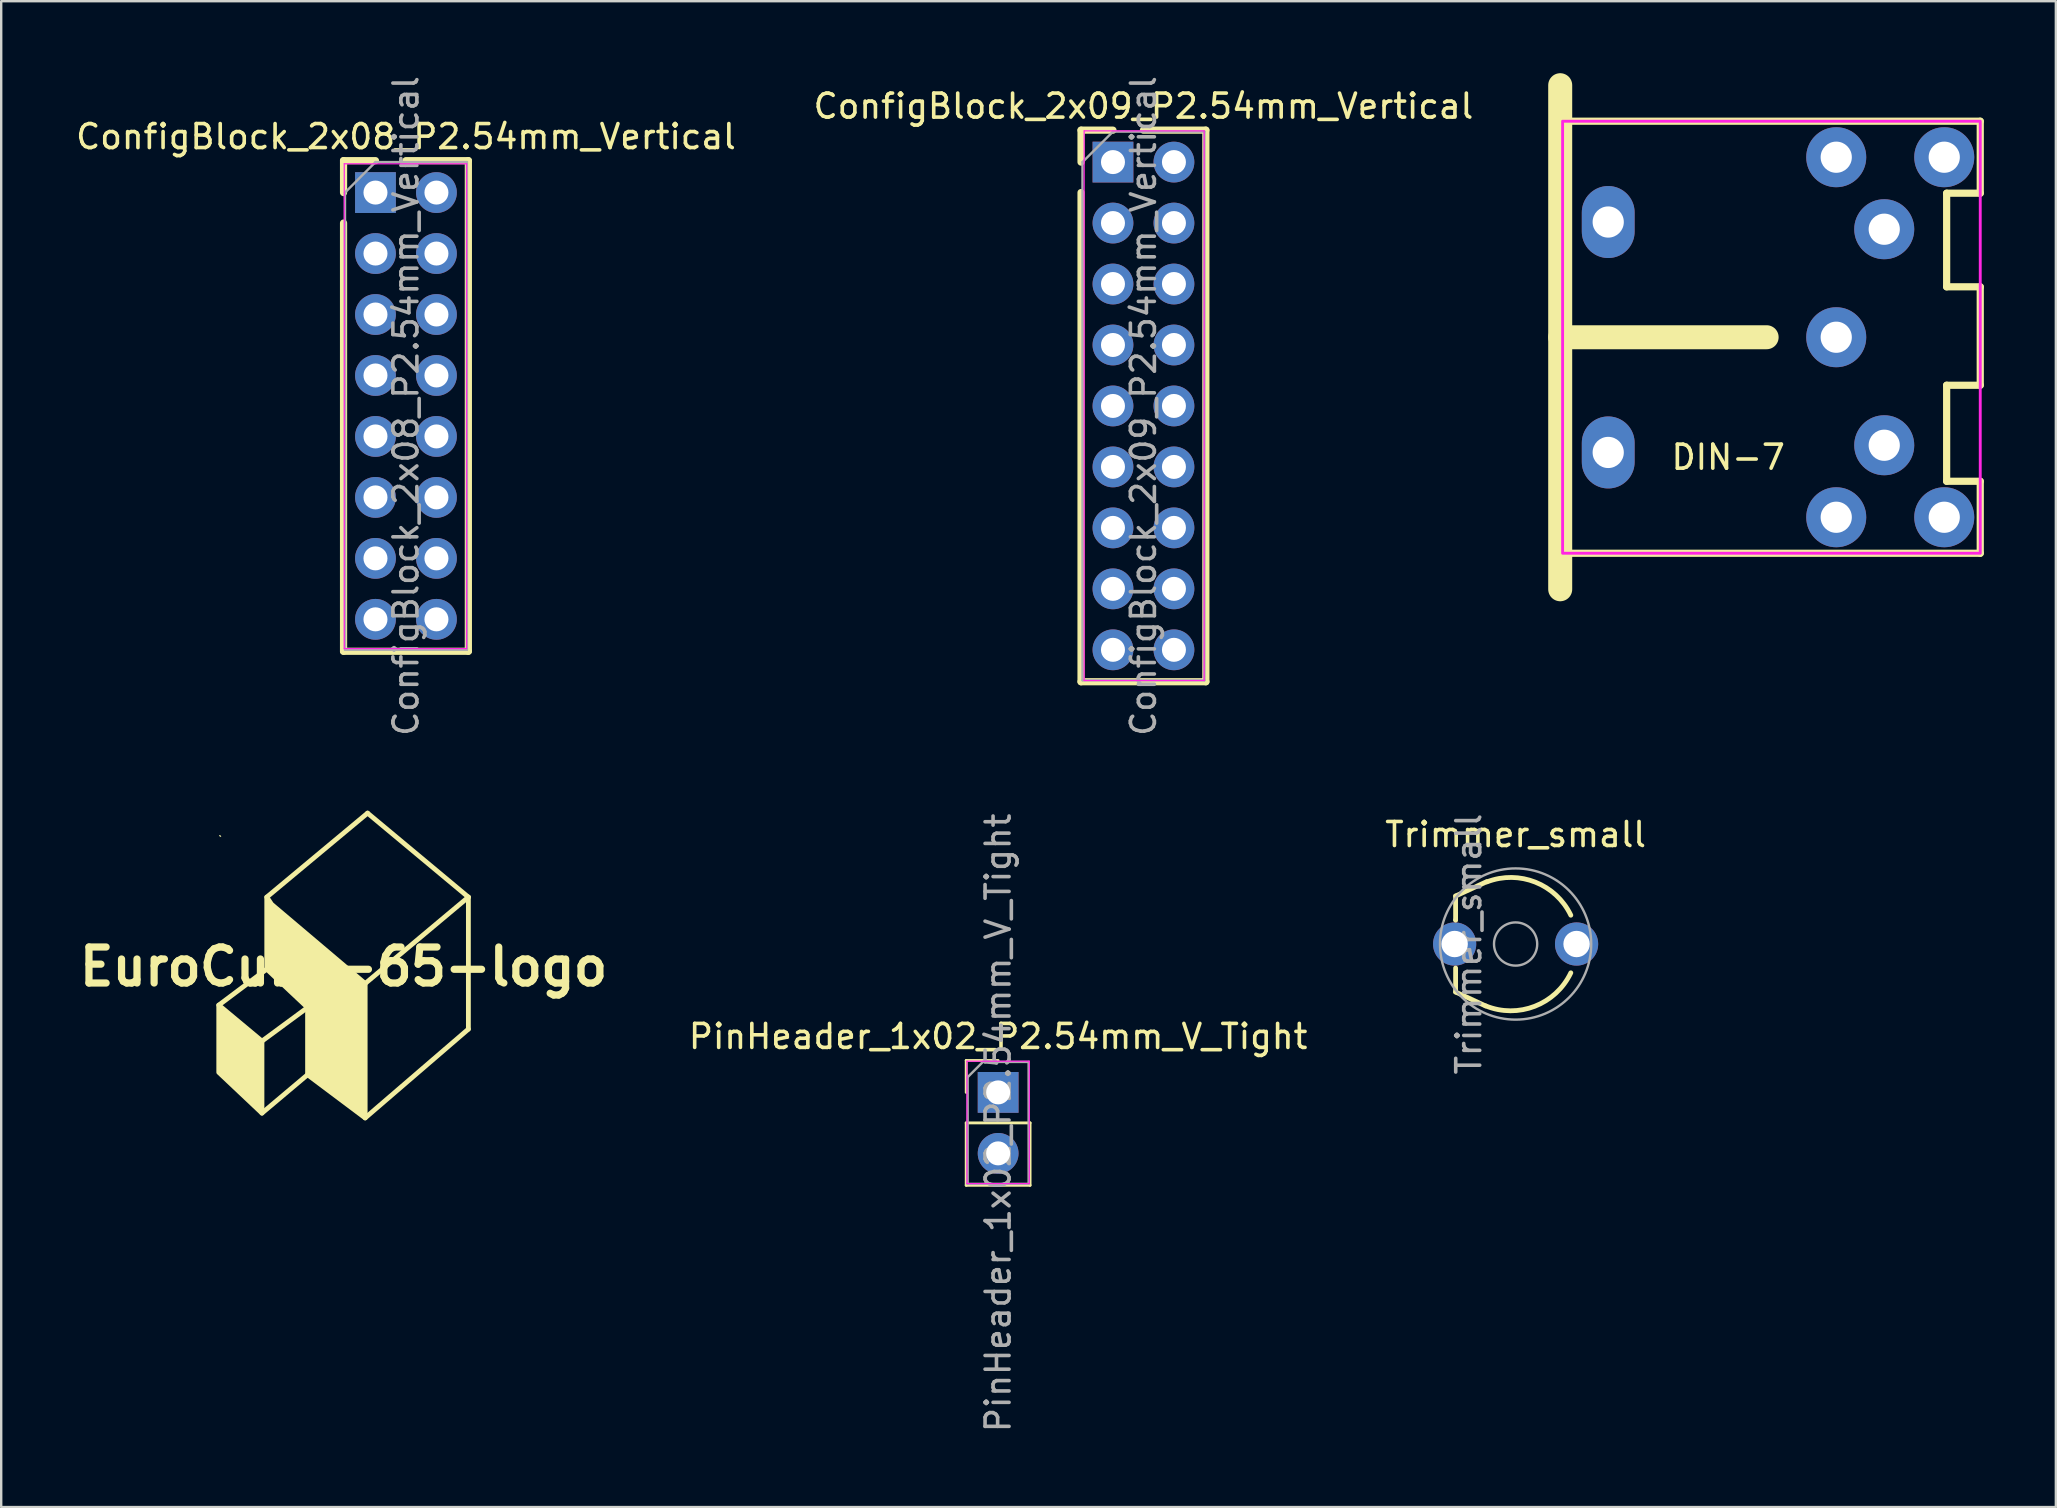
<source format=kicad_pcb>
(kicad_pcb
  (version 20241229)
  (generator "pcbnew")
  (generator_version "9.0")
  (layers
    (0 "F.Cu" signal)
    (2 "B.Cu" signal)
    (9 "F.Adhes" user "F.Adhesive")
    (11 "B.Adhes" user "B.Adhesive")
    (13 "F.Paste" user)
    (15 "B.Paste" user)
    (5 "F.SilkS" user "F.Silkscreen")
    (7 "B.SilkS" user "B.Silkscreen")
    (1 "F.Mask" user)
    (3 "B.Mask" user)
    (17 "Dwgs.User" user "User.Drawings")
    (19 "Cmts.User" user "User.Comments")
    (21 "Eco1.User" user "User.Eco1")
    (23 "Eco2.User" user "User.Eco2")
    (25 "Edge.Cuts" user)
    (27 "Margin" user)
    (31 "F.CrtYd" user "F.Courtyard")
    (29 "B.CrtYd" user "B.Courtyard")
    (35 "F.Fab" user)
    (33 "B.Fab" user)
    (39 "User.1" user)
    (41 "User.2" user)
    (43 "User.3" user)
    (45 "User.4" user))
  (footprint "PinHeader_1x02_P2.54mm_V_Tight"
    (layer "F.Cu")
    (at 38.535 42.462)
    (property "Reference" "PinHeader_1x02_P2.54mm_V_Tight" (at 0 -2.33 0) (layer "F.SilkS") (effects (font (size 1 1) (thickness 0.15))))
    (attr through_hole)
    (fp_line (start -1.33 -1.33) (end 0 -1.33) (stroke (width 0.12) (type solid)) (layer "F.SilkS"))
    (fp_line (start -1.33 0) (end -1.33 -1.33) (stroke (width 0.12) (type solid)) (layer "F.SilkS"))
    (fp_line (start -1.33 1.27) (end -1.33 3.87) (stroke (width 0.12) (type solid)) (layer "F.SilkS"))
    (fp_line (start -1.33 1.27) (end 1.33 1.27) (stroke (width 0.12) (type solid)) (layer "F.SilkS"))
    (fp_line (start -1.33 3.87) (end 1.33 3.87) (stroke (width 0.12) (type solid)) (layer "F.SilkS"))
    (fp_line (start 1.33 1.27) (end 1.33 3.87) (stroke (width 0.12) (type solid)) (layer "F.SilkS"))
    (fp_line (start -1.3 -1.3) (end -1.3 3.8) (stroke (width 0.05) (type solid)) (layer "F.CrtYd"))
    (fp_line (start -1.3 3.8) (end 1.3 3.8) (stroke (width 0.05) (type solid)) (layer "F.CrtYd"))
    (fp_line (start 1.3 -1.3) (end -1.3 -1.3) (stroke (width 0.05) (type solid)) (layer "F.CrtYd"))
    (fp_line (start 1.3 3.8) (end 1.3 -1.3) (stroke (width 0.05) (type solid)) (layer "F.CrtYd"))
    (fp_line (start -1.27 -0.635) (end -0.635 -1.27) (stroke (width 0.1) (type solid)) (layer "F.Fab"))
    (fp_line (start -1.27 3.81) (end -1.27 -0.635) (stroke (width 0.1) (type solid)) (layer "F.Fab"))
    (fp_line (start -0.635 -1.27) (end 1.27 -1.27) (stroke (width 0.1) (type solid)) (layer "F.Fab"))
    (fp_line (start 1.27 -1.27) (end 1.27 3.81) (stroke (width 0.1) (type solid)) (layer "F.Fab"))
    (fp_line (start 1.27 3.81) (end -1.27 3.81) (stroke (width 0.1) (type solid)) (layer "F.Fab"))
    (fp_text user "${REFERENCE}" (at 0 1.27 90) (layer "F.Fab") (effects (font (size 1 1) (thickness 0.15))))
    (pad "1" thru_hole rect (at 0 0) (size 1.7 1.7) (drill 1) (layers "*.Cu" "*.Mask"))
    (pad "2" thru_hole oval (at 0 2.54) (size 1.7 1.7) (drill 1) (layers "*.Cu" "*.Mask")))
  (footprint "ConfigBlock_2x08_P2.54mm_Vertical"
    (layer "F.Cu")
    (at 12.593 4.973)
    (property "Reference" "ConfigBlock_2x08_P2.54mm_Vertical" (at 1.27 -2.33 0) (layer "F.SilkS") (effects (font (size 1 1) (thickness 0.15))))
    (attr through_hole)
    (fp_line (start -1.33 -1.33) (end 0 -1.33) (stroke (width 0.3) (type solid)) (layer "F.SilkS"))
    (fp_line (start -1.33 0) (end -1.33 -1.33) (stroke (width 0.3) (type solid)) (layer "F.SilkS"))
    (fp_line (start -1.33 1.27) (end -1.33 19.11) (stroke (width 0.3) (type solid)) (layer "F.SilkS"))
    (fp_line (start -1.33 19.11) (end 3.87 19.11) (stroke (width 0.3) (type solid)) (layer "F.SilkS"))
    (fp_line (start 1.27 -1.33) (end 3.87 -1.33) (stroke (width 0.3) (type solid)) (layer "F.SilkS"))
    (fp_line (start 3.87 -1.33) (end 3.87 19.11) (stroke (width 0.3) (type solid)) (layer "F.SilkS"))
    (fp_line (start -1.3 -1.2) (end -1.3 19) (stroke (width 0.05) (type solid)) (layer "F.CrtYd"))
    (fp_line (start -1.3 19) (end 3.8 19) (stroke (width 0.05) (type solid)) (layer "F.CrtYd"))
    (fp_line (start 3.8 -1.2) (end -1.3 -1.2) (stroke (width 0.05) (type solid)) (layer "F.CrtYd"))
    (fp_line (start 3.8 19) (end 3.8 -1.2) (stroke (width 0.05) (type solid)) (layer "F.CrtYd"))
    (fp_line (start -1.27 0) (end 0 -1.27) (stroke (width 0.1) (type solid)) (layer "F.Fab"))
    (fp_line (start -1.27 19.05) (end -1.27 0) (stroke (width 0.1) (type solid)) (layer "F.Fab"))
    (fp_line (start 0 -1.27) (end 3.81 -1.27) (stroke (width 0.1) (type solid)) (layer "F.Fab"))
    (fp_line (start 3.81 -1.27) (end 3.81 19.05) (stroke (width 0.1) (type solid)) (layer "F.Fab"))
    (fp_line (start 3.81 19.05) (end -1.27 19.05) (stroke (width 0.1) (type solid)) (layer "F.Fab"))
    (fp_text user "${REFERENCE}" (at 1.27 8.89 90) (layer "F.Fab") (effects (font (size 1 1) (thickness 0.15))))
    (pad "1" thru_hole rect (at 0 0) (size 1.7 1.7) (drill 1) (layers "*.Cu" "*.Mask"))
    (pad "2" thru_hole oval (at 0 2.54) (size 1.7 1.7) (drill 1) (layers "*.Cu" "*.Mask"))
    (pad "3" thru_hole oval (at 0 5.08) (size 1.7 1.7) (drill 1) (layers "*.Cu" "*.Mask"))
    (pad "4" thru_hole oval (at 0 7.62) (size 1.7 1.7) (drill 1) (layers "*.Cu" "*.Mask"))
    (pad "5" thru_hole oval (at 0 10.16) (size 1.7 1.7) (drill 1) (layers "*.Cu" "*.Mask"))
    (pad "6" thru_hole oval (at 0 12.7) (size 1.7 1.7) (drill 1) (layers "*.Cu" "*.Mask"))
    (pad "7" thru_hole oval (at 0 15.24) (size 1.7 1.7) (drill 1) (layers "*.Cu" "*.Mask"))
    (pad "8" thru_hole oval (at 0 17.78) (size 1.7 1.7) (drill 1) (layers "*.Cu" "*.Mask"))
    (pad "9" thru_hole oval (at 2.54 17.78) (size 1.7 1.7) (drill 1) (layers "*.Cu" "*.Mask"))
    (pad "10" thru_hole oval (at 2.54 15.24) (size 1.7 1.7) (drill 1) (layers "*.Cu" "*.Mask"))
    (pad "11" thru_hole oval (at 2.54 12.7) (size 1.7 1.7) (drill 1) (layers "*.Cu" "*.Mask"))
    (pad "12" thru_hole oval (at 2.54 10.16) (size 1.7 1.7) (drill 1) (layers "*.Cu" "*.Mask"))
    (pad "13" thru_hole oval (at 2.54 7.62) (size 1.7 1.7) (drill 1) (layers "*.Cu" "*.Mask"))
    (pad "14" thru_hole oval (at 2.54 5.08) (size 1.7 1.7) (drill 1) (layers "*.Cu" "*.Mask"))
    (pad "15" thru_hole oval (at 2.54 2.54) (size 1.7 1.7) (drill 1) (layers "*.Cu" "*.Mask"))
    (pad "16" thru_hole oval (at 2.54 0) (size 1.7 1.7) (drill 1) (layers "*.Cu" "*.Mask")))
  (footprint "EuroCube-65-logo"
    (layer "F.Cu")
    (at 11.264 37.226)
    (property "Reference" "EuroCube-65-logo" (at 0 0 0) (layer "F.SilkS") (effects (font (size 1.5 1.5) (thickness 0.3))))
    (attr board_only exclude_from_pos_files exclude_from_bom)
    (fp_line (start -5.2 1.6) (end -3.2 0.1) (stroke (width 0.2) (type default)) (layer "F.SilkS"))
    (fp_line (start -3.4 3.1) (end -1.5 1.7) (stroke (width 0.2) (type default)) (layer "F.SilkS"))
    (fp_line (start -3.4 6.1) (end -1.5 4.5) (stroke (width 0.2) (type default)) (layer "F.SilkS"))
    (fp_line (start 0.9 0.7) (end 5.2 -2.9) (stroke (width 0.2) (type default)) (layer "F.SilkS"))
    (fp_line (start 0.9 6.3) (end 5.2 2.6) (stroke (width 0.2) (type default)) (layer "F.SilkS"))
    (fp_line (start 1 -6.4) (end -3.2 -2.9) (stroke (width 0.2) (type default)) (layer "F.SilkS"))
    (fp_line (start 5.2 -2.9) (end 1 -6.4) (stroke (width 0.2) (type default)) (layer "F.SilkS"))
    (fp_line (start 5.2 2.6) (end 5.2 -2.9) (stroke (width 0.2) (type default)) (layer "F.SilkS"))
    (fp_poly (pts (xy -5.2 1.6) (xy -3.4 3.1) (xy -3.4 6.1) (xy -5.2 4.4) (xy -5.2 1.6)) (stroke (width 0.2) (type solid)) (fill yes) (layer "F.SilkS"))
    (fp_poly (pts (xy -5.12 -5.466) (xy -5.094 -5.422) (xy -5.119 -5.409) (xy -5.16 -5.426) (xy -5.189 -5.463) (xy -5.183 -5.48) (xy -5.143 -5.482)) (stroke (width 0) (type solid)) (fill yes) (layer "F.SilkS"))
    (fp_poly (pts (xy -3 -2.6) (xy 0.9 0.7) (xy 0.9 6.3) (xy -1.5 4.5) (xy -1.5 1.7) (xy -3.2 0.1) (xy -3.2 -2.9)) (stroke (width 0.2) (type solid)) (fill yes) (layer "F.SilkS")))
  (footprint "ConfigBlock_2x09_P2.54mm_Vertical"
    (layer "F.Cu")
    (at 43.319 3.703)
    (property "Reference" "ConfigBlock_2x09_P2.54mm_Vertical" (at 1.27 -2.33 0) (layer "F.SilkS") (effects (font (size 1 1) (thickness 0.15))))
    (attr through_hole)
    (fp_line (start -1.33 -1.33) (end 0 -1.33) (stroke (width 0.3) (type solid)) (layer "F.SilkS"))
    (fp_line (start -1.33 0) (end -1.33 -1.33) (stroke (width 0.3) (type solid)) (layer "F.SilkS"))
    (fp_line (start -1.33 1.27) (end -1.33 21.65) (stroke (width 0.3) (type solid)) (layer "F.SilkS"))
    (fp_line (start -1.33 21.65) (end 3.87 21.65) (stroke (width 0.3) (type solid)) (layer "F.SilkS"))
    (fp_line (start 1.27 -1.33) (end 3.87 -1.33) (stroke (width 0.3) (type solid)) (layer "F.SilkS"))
    (fp_line (start 3.87 -1.33) (end 3.87 21.65) (stroke (width 0.3) (type solid)) (layer "F.SilkS"))
    (fp_line (start -1.2 -1.3) (end -1.2 21.6) (stroke (width 0.05) (type solid)) (layer "F.CrtYd"))
    (fp_line (start -1.2 21.6) (end 3.8 21.6) (stroke (width 0.05) (type solid)) (layer "F.CrtYd"))
    (fp_line (start 3.8 -1.3) (end -1.2 -1.3) (stroke (width 0.05) (type solid)) (layer "F.CrtYd"))
    (fp_line (start 3.8 21.6) (end 3.8 -1.3) (stroke (width 0.05) (type solid)) (layer "F.CrtYd"))
    (fp_line (start -1.27 0) (end 0 -1.27) (stroke (width 0.1) (type solid)) (layer "F.Fab"))
    (fp_line (start -1.27 21.59) (end -1.27 0) (stroke (width 0.1) (type solid)) (layer "F.Fab"))
    (fp_line (start 0 -1.27) (end 3.81 -1.27) (stroke (width 0.1) (type solid)) (layer "F.Fab"))
    (fp_line (start 3.81 -1.27) (end 3.81 21.59) (stroke (width 0.1) (type solid)) (layer "F.Fab"))
    (fp_line (start 3.81 21.59) (end -1.27 21.59) (stroke (width 0.1) (type solid)) (layer "F.Fab"))
    (fp_text user "${REFERENCE}" (at 1.27 10.16 90) (layer "F.Fab") (effects (font (size 1 1) (thickness 0.15))))
    (pad "1" thru_hole rect (at 0 0) (size 1.7 1.7) (drill 1) (layers "*.Cu" "*.Mask"))
    (pad "2" thru_hole oval (at 0 2.54) (size 1.7 1.7) (drill 1) (layers "*.Cu" "*.Mask"))
    (pad "3" thru_hole oval (at 0 5.08) (size 1.7 1.7) (drill 1) (layers "*.Cu" "*.Mask"))
    (pad "4" thru_hole oval (at 0 7.62) (size 1.7 1.7) (drill 1) (layers "*.Cu" "*.Mask"))
    (pad "5" thru_hole oval (at 0 10.16) (size 1.7 1.7) (drill 1) (layers "*.Cu" "*.Mask"))
    (pad "6" thru_hole oval (at 0 12.7) (size 1.7 1.7) (drill 1) (layers "*.Cu" "*.Mask"))
    (pad "7" thru_hole oval (at 0 15.24) (size 1.7 1.7) (drill 1) (layers "*.Cu" "*.Mask"))
    (pad "8" thru_hole oval (at 0 17.78) (size 1.7 1.7) (drill 1) (layers "*.Cu" "*.Mask"))
    (pad "9" thru_hole oval (at 0 20.32) (size 1.7 1.7) (drill 1) (layers "*.Cu" "*.Mask"))
    (pad "10" thru_hole oval (at 2.54 20.32) (size 1.7 1.7) (drill 1) (layers "*.Cu" "*.Mask"))
    (pad "11" thru_hole oval (at 2.54 17.78) (size 1.7 1.7) (drill 1) (layers "*.Cu" "*.Mask"))
    (pad "12" thru_hole oval (at 2.54 15.24) (size 1.7 1.7) (drill 1) (layers "*.Cu" "*.Mask"))
    (pad "13" thru_hole oval (at 2.54 12.7) (size 1.7 1.7) (drill 1) (layers "*.Cu" "*.Mask"))
    (pad "14" thru_hole oval (at 2.54 10.16) (size 1.7 1.7) (drill 1) (layers "*.Cu" "*.Mask"))
    (pad "15" thru_hole oval (at 2.54 7.62) (size 1.7 1.7) (drill 1) (layers "*.Cu" "*.Mask"))
    (pad "16" thru_hole oval (at 2.54 5.08) (size 1.7 1.7) (drill 1) (layers "*.Cu" "*.Mask"))
    (pad "17" thru_hole oval (at 2.54 2.54) (size 1.7 1.7) (drill 1) (layers "*.Cu" "*.Mask"))
    (pad "18" thru_hole oval (at 2.54 0) (size 1.7 1.7) (drill 1) (layers "*.Cu" "*.Mask")))
  (footprint "Trimmer_small"
    (layer "F.Cu")
    (at 57.594 38.78)
    (property "Reference" "Trimmer_small" (at 2.5 -7.06 0) (layer "F.SilkS") (effects (font (size 1 1) (thickness 0.15))))
    (attr through_hole)
    (fp_line (start 0 -4.5) (end 0 -3.5) (stroke (width 0.2) (type default)) (layer "F.SilkS"))
    (fp_line (start 0 -4.5) (end 1.3 -5.1) (stroke (width 0.2) (type default)) (layer "F.SilkS"))
    (fp_line (start 0 -3.5) (end 0 -3.5) (stroke (width 0.2) (type default)) (layer "F.SilkS"))
    (fp_line (start 0 -1.5) (end 0 -0.5) (stroke (width 0.2) (type default)) (layer "F.SilkS"))
    (fp_line (start 0 -0.5) (end 1.245 0.078) (stroke (width 0.2) (type default)) (layer "F.SilkS"))
    (fp_arc (start 1.304521 -5.088247) (mid 3.323574 -5.077266) (end 4.8 -3.7) (stroke (width 0.2) (type default)) (layer "F.SilkS"))
    (fp_arc (start 4.8 -1.3) (mid 3.297142 0.094635) (end 1.246969 0.075108) (stroke (width 0.2) (type default)) (layer "F.SilkS"))
    (fp_circle (center 2.5 -2.5) (end 3.4 -2.5) (stroke (width 0.1) (type solid)) (fill no) (layer "F.Fab"))
    (fp_circle (center 2.5 -2.5) (end 5.65 -2.5) (stroke (width 0.1) (type solid)) (fill no) (layer "F.Fab"))
    (fp_text user "${REFERENCE}" (at 0.55 -2.5 90) (layer "F.Fab") (effects (font (size 1 1) (thickness 0.15))))
    (pad "1" thru_hole circle (at -0.04 -2.5) (size 1.8 1.8) (drill 1.1) (layers "*.Cu" "*.Mask"))
    (pad "2" thru_hole circle (at 5.04 -2.5) (size 1.8 1.8) (drill 1.1) (layers "*.Cu" "*.Mask")))
  (footprint "DIN-7"
    (layer "F.Cu")
    (at 63.952 11)
    (property "Reference" "DIN-7" (at 5 5 0) (unlocked yes) (layer "F.SilkS") (effects (font (size 1 1) (thickness 0.15))))
    (attr through_hole)
    (fp_line (start -2 -9) (end 15.5 -9) (stroke (width 0.3) (type default)) (layer "F.SilkS"))
    (fp_line (start -2 0) (end 6.6 0) (stroke (width 1) (type default)) (layer "F.SilkS"))
    (fp_line (start -2 9) (end 15.5 9) (stroke (width 0.3) (type default)) (layer "F.SilkS"))
    (fp_line (start -2 10.5) (end -2 -10.5) (stroke (width 1) (type default)) (layer "F.SilkS"))
    (fp_line (start 14.1 -6) (end 14.1 -2.1) (stroke (width 0.3) (type default)) (layer "F.SilkS"))
    (fp_line (start 14.1 2) (end 14.1 6) (stroke (width 0.3) (type default)) (layer "F.SilkS"))
    (fp_line (start 14.1 6) (end 15.5 6) (stroke (width 0.3) (type default)) (layer "F.SilkS"))
    (fp_line (start 15.5 -9) (end 15.5 -6) (stroke (width 0.3) (type default)) (layer "F.SilkS"))
    (fp_line (start 15.5 -6) (end 14.1 -6) (stroke (width 0.3) (type default)) (layer "F.SilkS"))
    (fp_line (start 15.5 -2.1) (end 14.1 -2.1) (stroke (width 0.3) (type default)) (layer "F.SilkS"))
    (fp_line (start 15.5 -2.1) (end 15.5 2) (stroke (width 0.3) (type default)) (layer "F.SilkS"))
    (fp_line (start 15.5 2) (end 14.1 2) (stroke (width 0.3) (type default)) (layer "F.SilkS"))
    (fp_line (start 15.5 6) (end 15.5 9) (stroke (width 0.3) (type default)) (layer "F.SilkS"))
    (fp_rect (start -1.9 -9) (end 15.5 9) (stroke (width 0.12) (type default)) (fill no) (layer "F.CrtYd"))
    (pad "" thru_hole oval (at 0 -4.8) (size 2.2 3) (drill 1.3) (layers "*.Cu" "*.Mask"))
    (pad "" thru_hole oval (at 0 4.8) (size 2.2 3) (drill 1.3) (layers "*.Cu" "*.Mask"))
    (pad "1" thru_hole oval (at 9.5 7.5) (size 2.5 2.5) (drill 1.3) (layers "*.Cu" "*.Mask"))
    (pad "2" thru_hole oval (at 9.5 0) (size 2.5 2.5) (drill 1.3) (layers "*.Cu" "*.Mask"))
    (pad "3" thru_hole oval (at 9.5 -7.5) (size 2.5 2.5) (drill 1.3) (layers "*.Cu" "*.Mask"))
    (pad "4" thru_hole oval (at 11.5 4.5) (size 2.5 2.5) (drill 1.3) (layers "*.Cu" "*.Mask"))
    (pad "5" thru_hole oval (at 11.5 -4.5) (size 2.5 2.5) (drill 1.3) (layers "*.Cu" "*.Mask"))
    (pad "6" thru_hole oval (at 14 7.5) (size 2.5 2.5) (drill 1.3) (layers "*.Cu" "*.Mask"))
    (pad "7" thru_hole oval (at 14 -7.5) (size 2.5 2.5) (drill 1.3) (layers "*.Cu" "*.Mask")))
  (gr_rect
    (start -3 -3)
    (end 82.602 59.738)
    (stroke (width 0.1) (type default))
    (fill no)
    (layer "Edge.Cuts")))
</source>
